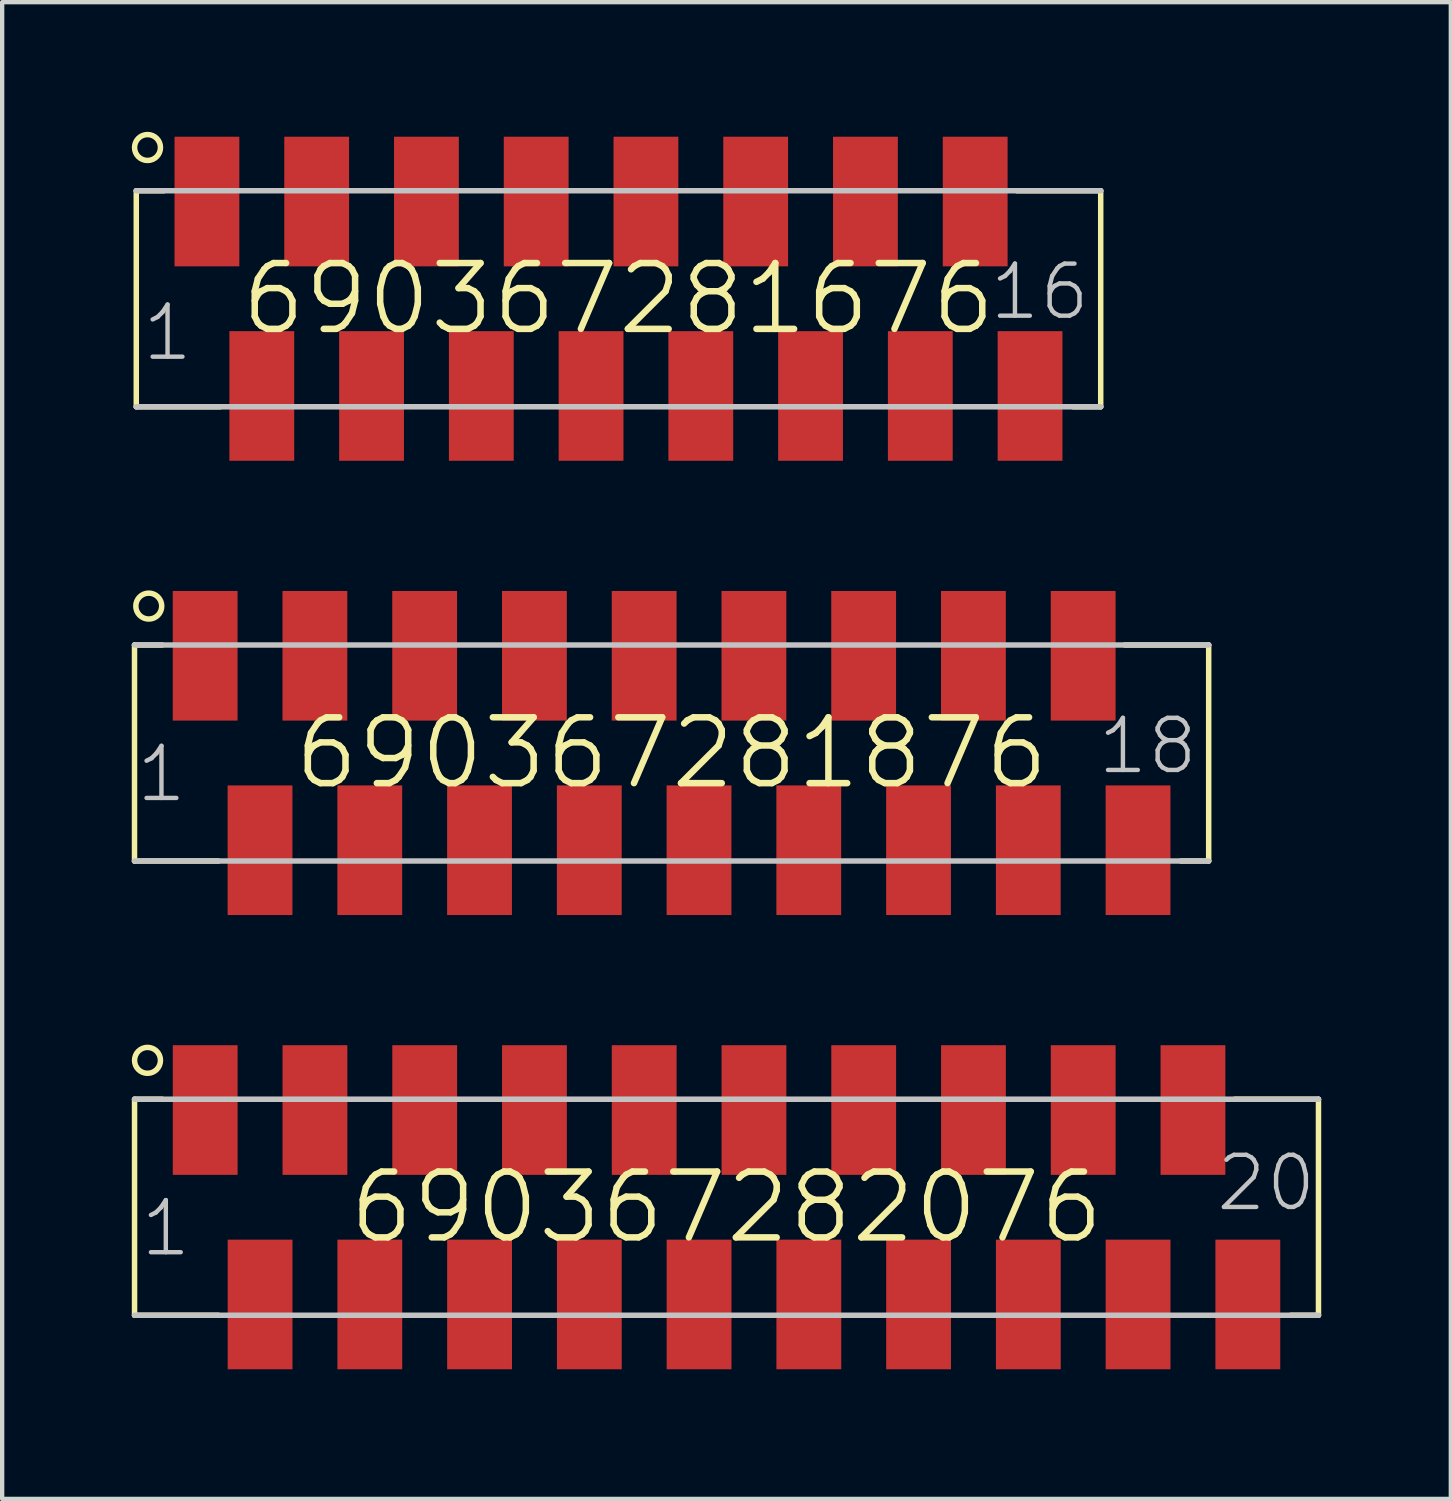
<source format=kicad_pcb>
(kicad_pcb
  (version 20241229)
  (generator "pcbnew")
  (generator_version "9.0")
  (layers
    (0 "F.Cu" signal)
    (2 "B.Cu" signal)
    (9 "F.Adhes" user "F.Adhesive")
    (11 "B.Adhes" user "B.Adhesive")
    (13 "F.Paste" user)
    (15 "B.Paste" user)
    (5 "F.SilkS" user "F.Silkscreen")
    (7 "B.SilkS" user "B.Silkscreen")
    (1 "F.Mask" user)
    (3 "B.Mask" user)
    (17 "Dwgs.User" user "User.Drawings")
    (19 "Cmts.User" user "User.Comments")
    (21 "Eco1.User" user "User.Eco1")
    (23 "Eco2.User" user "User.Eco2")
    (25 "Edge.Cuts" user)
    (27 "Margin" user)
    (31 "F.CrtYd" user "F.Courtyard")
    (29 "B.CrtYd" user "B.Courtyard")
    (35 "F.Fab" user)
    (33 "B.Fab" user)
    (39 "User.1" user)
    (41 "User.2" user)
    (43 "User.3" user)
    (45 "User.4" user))
  (footprint "690367281676"
    (layer "F.Cu")
    (at 11.264 3.864)
    (property "Reference" "690367281676" (at 0 0 0) (layer "F.SilkS") (effects (font (size 1.524 1.524) (thickness 0.15))))
    (attr through_hole)
    (fp_line (start -11.16 -2.5) (end -11.16 2.5) (stroke (width 0.127) (type solid)) (layer "F.SilkS"))
    (fp_line (start -10.52 -2.5) (end -11.16 -2.5) (stroke (width 0.127) (type solid)) (layer "F.SilkS"))
    (fp_line (start -9.22 2.5) (end -11.16 2.5) (stroke (width 0.127) (type solid)) (layer "F.SilkS"))
    (fp_line (start 9.22 -2.5) (end 11.16 -2.5) (stroke (width 0.127) (type solid)) (layer "F.SilkS"))
    (fp_line (start 10.52 2.5) (end 11.16 2.5) (stroke (width 0.127) (type solid)) (layer "F.SilkS"))
    (fp_line (start 11.16 2.5) (end 11.16 -2.5) (stroke (width 0.127) (type solid)) (layer "F.SilkS"))
    (fp_circle (center -10.9 -3.5) (end -10.6 -3.5) (stroke (width 0.127) (type solid)) (fill no) (layer "F.SilkS"))
    (fp_line (start -11.16 -2.5) (end 11.16 -2.5) (stroke (width 0.127) (type solid)) (layer "Dwgs.User"))
    (fp_line (start -11.16 2.5) (end 11.16 2.5) (stroke (width 0.127) (type solid)) (layer "Dwgs.User"))
    (fp_text user "16" (at 10.965 -0.866 0) (layer "Dwgs.User") (effects (font (size 1.206 1.206) (thickness 0.102)) (justify right top)))
    (fp_text user "1" (at -9.795 0.082 0) (layer "Dwgs.User") (effects (font (size 1.206 1.206) (thickness 0.102)) (justify right top)))
    (pad "1" smd rect (at -9.525 -2.25) (size 1.5 3) (layers "F.Cu" "F.Mask" "F.Paste"))
    (pad "2" smd rect (at -8.255 2.25) (size 1.5 3) (layers "F.Cu" "F.Mask" "F.Paste"))
    (pad "3" smd rect (at -6.985 -2.25) (size 1.5 3) (layers "F.Cu" "F.Mask" "F.Paste"))
    (pad "4" smd rect (at -5.715 2.25) (size 1.5 3) (layers "F.Cu" "F.Mask" "F.Paste"))
    (pad "5" smd rect (at -4.445 -2.25) (size 1.5 3) (layers "F.Cu" "F.Mask" "F.Paste"))
    (pad "6" smd rect (at -3.175 2.25) (size 1.5 3) (layers "F.Cu" "F.Mask" "F.Paste"))
    (pad "7" smd rect (at -1.905 -2.25) (size 1.5 3) (layers "F.Cu" "F.Mask" "F.Paste"))
    (pad "8" smd rect (at -0.635 2.25) (size 1.5 3) (layers "F.Cu" "F.Mask" "F.Paste"))
    (pad "9" smd rect (at 0.635 -2.25) (size 1.5 3) (layers "F.Cu" "F.Mask" "F.Paste"))
    (pad "10" smd rect (at 1.905 2.25) (size 1.5 3) (layers "F.Cu" "F.Mask" "F.Paste"))
    (pad "11" smd rect (at 3.175 -2.25) (size 1.5 3) (layers "F.Cu" "F.Mask" "F.Paste"))
    (pad "12" smd rect (at 4.445 2.25) (size 1.5 3) (layers "F.Cu" "F.Mask" "F.Paste"))
    (pad "13" smd rect (at 5.715 -2.25) (size 1.5 3) (layers "F.Cu" "F.Mask" "F.Paste"))
    (pad "14" smd rect (at 6.985 2.25) (size 1.5 3) (layers "F.Cu" "F.Mask" "F.Paste"))
    (pad "15" smd rect (at 8.255 -2.25) (size 1.5 3) (layers "F.Cu" "F.Mask" "F.Paste"))
    (pad "16" smd rect (at 9.525 2.25) (size 1.5 3) (layers "F.Cu" "F.Mask" "F.Paste")))
  (footprint "690367281876"
    (layer "F.Cu")
    (at 12.493 14.377)
    (property "Reference" "690367281876" (at 0 0 0) (layer "F.SilkS") (effects (font (size 1.524 1.524) (thickness 0.15))))
    (attr through_hole)
    (fp_line (start -12.43 -2.5) (end -12.43 2.5) (stroke (width 0.127) (type solid)) (layer "F.SilkS"))
    (fp_line (start -11.79 -2.5) (end -12.43 -2.5) (stroke (width 0.127) (type solid)) (layer "F.SilkS"))
    (fp_line (start -10.49 2.5) (end -12.43 2.5) (stroke (width 0.127) (type solid)) (layer "F.SilkS"))
    (fp_line (start 10.49 -2.5) (end 12.43 -2.5) (stroke (width 0.127) (type solid)) (layer "F.SilkS"))
    (fp_line (start 11.79 2.5) (end 12.43 2.5) (stroke (width 0.127) (type solid)) (layer "F.SilkS"))
    (fp_line (start 12.43 2.5) (end 12.43 -2.5) (stroke (width 0.127) (type solid)) (layer "F.SilkS"))
    (fp_circle (center -12.1 -3.4) (end -11.8 -3.4) (stroke (width 0.127) (type solid)) (fill no) (layer "F.SilkS"))
    (fp_line (start -12.43 -2.5) (end 12.43 -2.5) (stroke (width 0.127) (type solid)) (layer "Dwgs.User"))
    (fp_line (start -12.43 2.5) (end 12.43 2.5) (stroke (width 0.127) (type solid)) (layer "Dwgs.User"))
    (fp_text user "18" (at 12.235 -0.866 0) (layer "Dwgs.User") (effects (font (size 1.206 1.206) (thickness 0.102)) (justify right top)))
    (fp_text user "1" (at -11.165 -0.218 0) (layer "Dwgs.User") (effects (font (size 1.206 1.206) (thickness 0.102)) (justify right top)))
    (pad "1" smd rect (at -10.795 -2.25) (size 1.5 3) (layers "F.Cu" "F.Mask" "F.Paste"))
    (pad "2" smd rect (at -9.525 2.25) (size 1.5 3) (layers "F.Cu" "F.Mask" "F.Paste"))
    (pad "3" smd rect (at -8.255 -2.25) (size 1.5 3) (layers "F.Cu" "F.Mask" "F.Paste"))
    (pad "4" smd rect (at -6.985 2.25) (size 1.5 3) (layers "F.Cu" "F.Mask" "F.Paste"))
    (pad "5" smd rect (at -5.715 -2.25) (size 1.5 3) (layers "F.Cu" "F.Mask" "F.Paste"))
    (pad "6" smd rect (at -4.445 2.25) (size 1.5 3) (layers "F.Cu" "F.Mask" "F.Paste"))
    (pad "7" smd rect (at -3.175 -2.25) (size 1.5 3) (layers "F.Cu" "F.Mask" "F.Paste"))
    (pad "8" smd rect (at -1.905 2.25) (size 1.5 3) (layers "F.Cu" "F.Mask" "F.Paste"))
    (pad "9" smd rect (at -0.635 -2.25) (size 1.5 3) (layers "F.Cu" "F.Mask" "F.Paste"))
    (pad "10" smd rect (at 0.635 2.25) (size 1.5 3) (layers "F.Cu" "F.Mask" "F.Paste"))
    (pad "11" smd rect (at 1.905 -2.25) (size 1.5 3) (layers "F.Cu" "F.Mask" "F.Paste"))
    (pad "12" smd rect (at 3.175 2.25) (size 1.5 3) (layers "F.Cu" "F.Mask" "F.Paste"))
    (pad "13" smd rect (at 4.445 -2.25) (size 1.5 3) (layers "F.Cu" "F.Mask" "F.Paste"))
    (pad "14" smd rect (at 5.715 2.25) (size 1.5 3) (layers "F.Cu" "F.Mask" "F.Paste"))
    (pad "15" smd rect (at 6.985 -2.25) (size 1.5 3) (layers "F.Cu" "F.Mask" "F.Paste"))
    (pad "16" smd rect (at 8.255 2.25) (size 1.5 3) (layers "F.Cu" "F.Mask" "F.Paste"))
    (pad "17" smd rect (at 9.525 -2.25) (size 1.5 3) (layers "F.Cu" "F.Mask" "F.Paste"))
    (pad "18" smd rect (at 10.795 2.25) (size 1.5 3) (layers "F.Cu" "F.Mask" "F.Paste")))
  (footprint "690367282076"
    (layer "F.Cu")
    (at 13.764 24.89)
    (property "Reference" "690367282076" (at 0 0 0) (layer "F.SilkS") (effects (font (size 1.524 1.524) (thickness 0.15))))
    (attr through_hole)
    (fp_line (start -13.7 -2.5) (end -13.7 2.5) (stroke (width 0.127) (type solid)) (layer "F.SilkS"))
    (fp_line (start -13.06 -2.5) (end -13.7 -2.5) (stroke (width 0.127) (type solid)) (layer "F.SilkS"))
    (fp_line (start -11.76 2.5) (end -13.7 2.5) (stroke (width 0.127) (type solid)) (layer "F.SilkS"))
    (fp_line (start 11.76 -2.5) (end 13.7 -2.5) (stroke (width 0.127) (type solid)) (layer "F.SilkS"))
    (fp_line (start 13.06 2.5) (end 13.7 2.5) (stroke (width 0.127) (type solid)) (layer "F.SilkS"))
    (fp_line (start 13.7 2.5) (end 13.7 -2.5) (stroke (width 0.127) (type solid)) (layer "F.SilkS"))
    (fp_circle (center -13.4 -3.4) (end -13.1 -3.4) (stroke (width 0.127) (type solid)) (fill no) (layer "F.SilkS"))
    (fp_line (start -13.7 -2.5) (end 13.7 -2.5) (stroke (width 0.127) (type solid)) (layer "Dwgs.User"))
    (fp_line (start -13.7 2.5) (end 13.7 2.5) (stroke (width 0.127) (type solid)) (layer "Dwgs.User"))
    (fp_text user "20" (at 13.705 -1.266 0) (layer "Dwgs.User") (effects (font (size 1.206 1.206) (thickness 0.102)) (justify right top)))
    (fp_text user "1" (at -12.335 -0.218 0) (layer "Dwgs.User") (effects (font (size 1.206 1.206) (thickness 0.102)) (justify right top)))
    (pad "1" smd rect (at -12.065 -2.25) (size 1.5 3) (layers "F.Cu" "F.Mask" "F.Paste"))
    (pad "2" smd rect (at -10.795 2.25) (size 1.5 3) (layers "F.Cu" "F.Mask" "F.Paste"))
    (pad "3" smd rect (at -9.525 -2.25) (size 1.5 3) (layers "F.Cu" "F.Mask" "F.Paste"))
    (pad "4" smd rect (at -8.255 2.25) (size 1.5 3) (layers "F.Cu" "F.Mask" "F.Paste"))
    (pad "5" smd rect (at -6.985 -2.25) (size 1.5 3) (layers "F.Cu" "F.Mask" "F.Paste"))
    (pad "6" smd rect (at -5.715 2.25) (size 1.5 3) (layers "F.Cu" "F.Mask" "F.Paste"))
    (pad "7" smd rect (at -4.445 -2.25) (size 1.5 3) (layers "F.Cu" "F.Mask" "F.Paste"))
    (pad "8" smd rect (at -3.175 2.25) (size 1.5 3) (layers "F.Cu" "F.Mask" "F.Paste"))
    (pad "9" smd rect (at -1.905 -2.25) (size 1.5 3) (layers "F.Cu" "F.Mask" "F.Paste"))
    (pad "10" smd rect (at -0.635 2.25) (size 1.5 3) (layers "F.Cu" "F.Mask" "F.Paste"))
    (pad "11" smd rect (at 0.635 -2.25) (size 1.5 3) (layers "F.Cu" "F.Mask" "F.Paste"))
    (pad "12" smd rect (at 1.905 2.25) (size 1.5 3) (layers "F.Cu" "F.Mask" "F.Paste"))
    (pad "13" smd rect (at 3.175 -2.25) (size 1.5 3) (layers "F.Cu" "F.Mask" "F.Paste"))
    (pad "14" smd rect (at 4.445 2.25) (size 1.5 3) (layers "F.Cu" "F.Mask" "F.Paste"))
    (pad "15" smd rect (at 5.715 -2.25) (size 1.5 3) (layers "F.Cu" "F.Mask" "F.Paste"))
    (pad "16" smd rect (at 6.985 2.25) (size 1.5 3) (layers "F.Cu" "F.Mask" "F.Paste"))
    (pad "17" smd rect (at 8.255 -2.25) (size 1.5 3) (layers "F.Cu" "F.Mask" "F.Paste"))
    (pad "18" smd rect (at 9.525 2.25) (size 1.5 3) (layers "F.Cu" "F.Mask" "F.Paste"))
    (pad "19" smd rect (at 10.795 -2.25) (size 1.5 3) (layers "F.Cu" "F.Mask" "F.Paste"))
    (pad "20" smd rect (at 12.065 2.25) (size 1.5 3) (layers "F.Cu" "F.Mask" "F.Paste")))
  (gr_rect
    (start -3 -3)
    (end 30.527 31.64)
    (stroke (width 0.1) (type default))
    (fill no)
    (layer "Edge.Cuts")))
</source>
